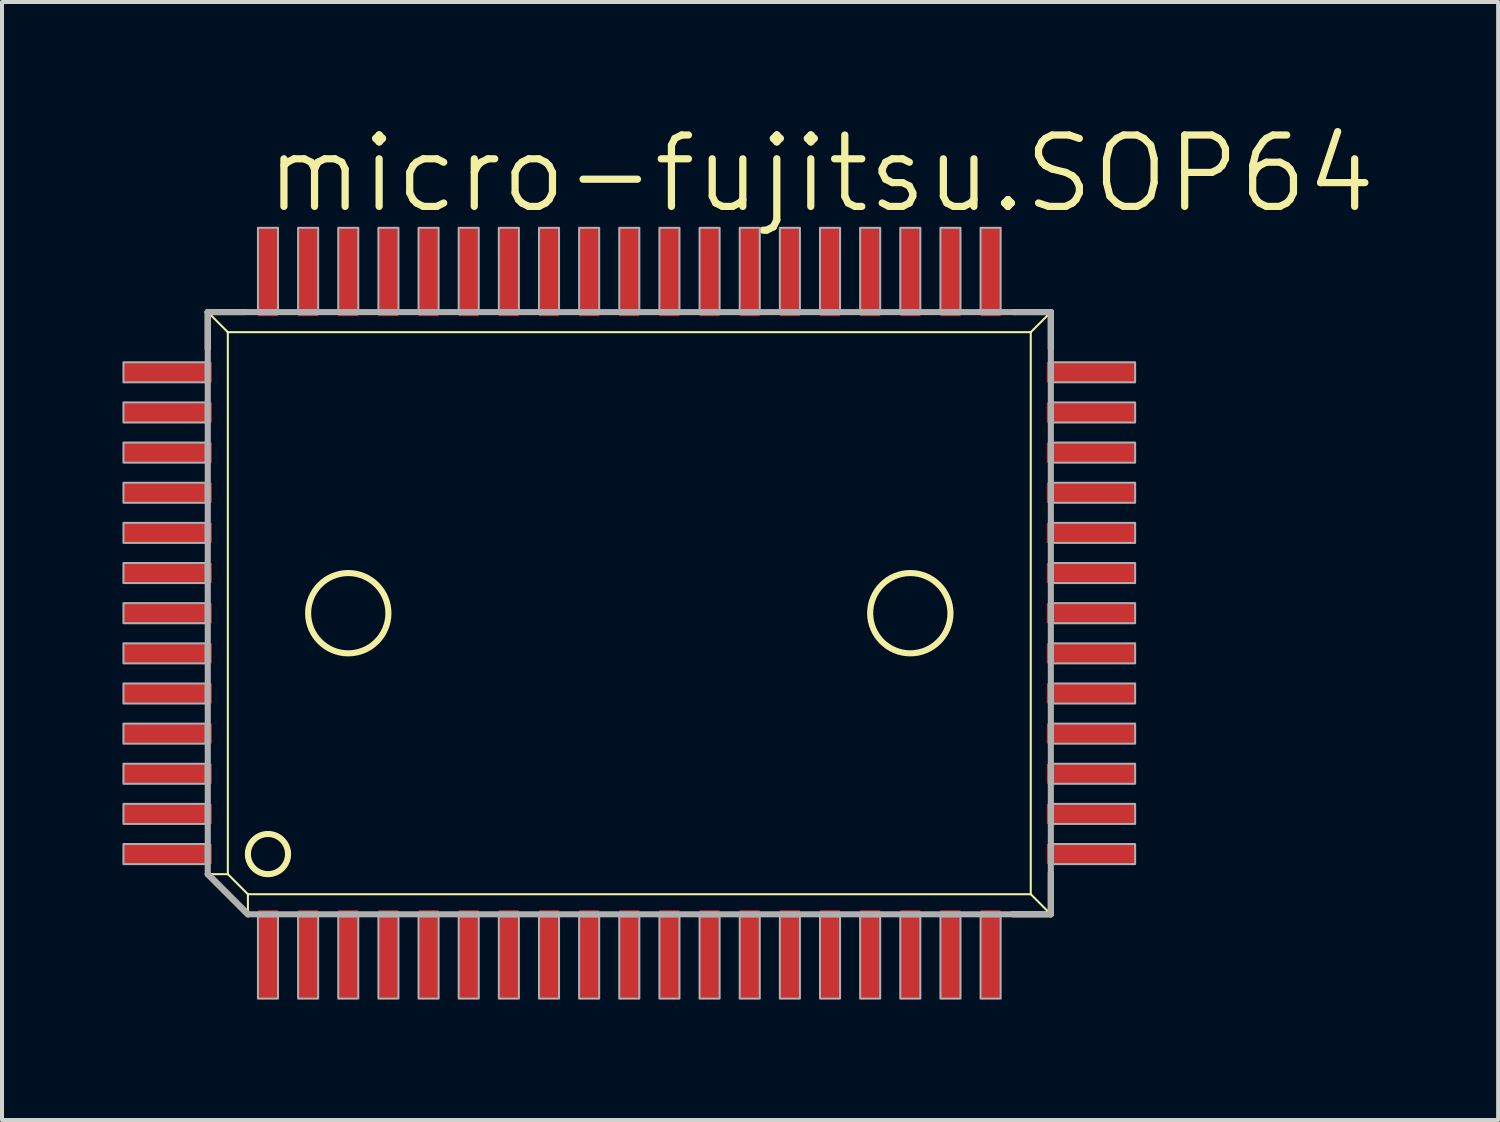
<source format=kicad_pcb>
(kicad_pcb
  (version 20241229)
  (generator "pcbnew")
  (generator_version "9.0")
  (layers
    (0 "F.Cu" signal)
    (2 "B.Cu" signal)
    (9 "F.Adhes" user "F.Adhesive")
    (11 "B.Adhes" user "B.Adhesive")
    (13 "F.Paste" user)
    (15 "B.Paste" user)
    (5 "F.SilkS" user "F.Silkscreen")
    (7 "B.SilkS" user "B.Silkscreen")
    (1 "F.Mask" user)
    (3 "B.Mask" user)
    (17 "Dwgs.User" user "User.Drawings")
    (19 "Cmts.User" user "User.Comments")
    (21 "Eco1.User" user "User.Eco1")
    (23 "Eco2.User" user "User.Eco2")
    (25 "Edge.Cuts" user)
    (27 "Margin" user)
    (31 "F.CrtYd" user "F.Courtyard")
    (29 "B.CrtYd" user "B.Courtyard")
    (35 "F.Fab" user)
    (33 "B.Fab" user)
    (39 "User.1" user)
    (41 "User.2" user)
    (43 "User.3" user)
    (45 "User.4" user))
  (footprint "micro-fujitsu.SOP64"
    (layer "F.Cu")
    (at 12.625 12.224)
    (property "Reference" "micro-fujitsu.SOP64" (at -9.144 -9.906 0) (layer "F.SilkS") (effects (font (size 1.778 1.778) (thickness 0.18)) (justify left bottom)))
    (attr smd)
    (fp_line (start -10.5 -7.5) (end -10 -7) (stroke (width 0.051) (type default)) (layer "F.SilkS"))
    (fp_line (start -10.5 -7.5) (end -9.566 -7.5) (stroke (width 0.152) (type default)) (layer "F.SilkS"))
    (fp_line (start -10.5 -6.581) (end -10.5 -7.5) (stroke (width 0.152) (type default)) (layer "F.SilkS"))
    (fp_line (start -10.5 6.5) (end -10 6.5) (stroke (width 0.051) (type default)) (layer "F.SilkS"))
    (fp_line (start -10 -7) (end 10 -7) (stroke (width 0.051) (type default)) (layer "F.SilkS"))
    (fp_line (start -10 6.5) (end -10 -7) (stroke (width 0.051) (type default)) (layer "F.SilkS"))
    (fp_line (start -9.5 7) (end -10 6.5) (stroke (width 0.051) (type default)) (layer "F.SilkS"))
    (fp_line (start -9.5 7.5) (end -10.5 6.5) (stroke (width 0.152) (type default)) (layer "F.SilkS"))
    (fp_line (start -9.5 7.5) (end -9.5 7) (stroke (width 0.051) (type default)) (layer "F.SilkS"))
    (fp_line (start 9.566 -7.5) (end 10.5 -7.5) (stroke (width 0.152) (type default)) (layer "F.SilkS"))
    (fp_line (start 10 -7) (end 10 7) (stroke (width 0.051) (type default)) (layer "F.SilkS"))
    (fp_line (start 10 7) (end -9.5 7) (stroke (width 0.051) (type default)) (layer "F.SilkS"))
    (fp_line (start 10.5 -7.5) (end 10 -7) (stroke (width 0.051) (type default)) (layer "F.SilkS"))
    (fp_line (start 10.5 -7.5) (end 10.5 -6.597) (stroke (width 0.152) (type default)) (layer "F.SilkS"))
    (fp_line (start 10.5 6.47) (end 10.5 7.5) (stroke (width 0.152) (type default)) (layer "F.SilkS"))
    (fp_line (start 10.5 7.5) (end 9.55 7.5) (stroke (width 0.152) (type default)) (layer "F.SilkS"))
    (fp_line (start 10.5 7.5) (end 10 7) (stroke (width 0.051) (type default)) (layer "F.SilkS"))
    (fp_circle (center -9 6) (end -8.5 6) (stroke (width 0.152) (type default)) (fill no) (layer "F.SilkS"))
    (fp_circle (center -7 0) (end -6 0) (stroke (width 0.152) (type default)) (fill no) (layer "F.SilkS"))
    (fp_circle (center 7 0) (end 8 0) (stroke (width 0.152) (type default)) (fill no) (layer "F.SilkS"))
    (fp_line (start -10.5 -7.5) (end 10.5 -7.5) (stroke (width 0.152) (type default)) (layer "F.Fab"))
    (fp_line (start -10.5 6.5) (end -10.5 -7.5) (stroke (width 0.152) (type default)) (layer "F.Fab"))
    (fp_line (start -9.5 7.5) (end -10.5 6.5) (stroke (width 0.152) (type default)) (layer "F.Fab"))
    (fp_line (start 10.5 -7.5) (end 10.5 7.5) (stroke (width 0.152) (type default)) (layer "F.Fab"))
    (fp_line (start 10.5 7.5) (end -9.5 7.5) (stroke (width 0.152) (type default)) (layer "F.Fab"))
    (fp_rect (start -12.6 -5.75) (end -10.55 -6.25) (stroke (width 0.05) (type default)) (fill no) (layer "F.Fab"))
    (fp_rect (start -12.6 -4.75) (end -10.55 -5.25) (stroke (width 0.05) (type default)) (fill no) (layer "F.Fab"))
    (fp_rect (start -12.6 -3.75) (end -10.55 -4.25) (stroke (width 0.05) (type default)) (fill no) (layer "F.Fab"))
    (fp_rect (start -12.6 -2.75) (end -10.55 -3.25) (stroke (width 0.05) (type default)) (fill no) (layer "F.Fab"))
    (fp_rect (start -12.6 -1.75) (end -10.55 -2.25) (stroke (width 0.05) (type default)) (fill no) (layer "F.Fab"))
    (fp_rect (start -12.6 -0.75) (end -10.55 -1.25) (stroke (width 0.05) (type default)) (fill no) (layer "F.Fab"))
    (fp_rect (start -12.6 0.25) (end -10.55 -0.25) (stroke (width 0.05) (type default)) (fill no) (layer "F.Fab"))
    (fp_rect (start -12.6 1.25) (end -10.55 0.75) (stroke (width 0.05) (type default)) (fill no) (layer "F.Fab"))
    (fp_rect (start -12.6 2.25) (end -10.55 1.75) (stroke (width 0.05) (type default)) (fill no) (layer "F.Fab"))
    (fp_rect (start -12.6 3.25) (end -10.55 2.75) (stroke (width 0.05) (type default)) (fill no) (layer "F.Fab"))
    (fp_rect (start -12.6 4.25) (end -10.55 3.75) (stroke (width 0.05) (type default)) (fill no) (layer "F.Fab"))
    (fp_rect (start -12.6 5.25) (end -10.55 4.75) (stroke (width 0.05) (type default)) (fill no) (layer "F.Fab"))
    (fp_rect (start -12.6 6.25) (end -10.55 5.75) (stroke (width 0.05) (type default)) (fill no) (layer "F.Fab"))
    (fp_rect (start -9.25 -7.55) (end -8.75 -9.6) (stroke (width 0.05) (type default)) (fill no) (layer "F.Fab"))
    (fp_rect (start -9.25 9.6) (end -8.75 7.55) (stroke (width 0.05) (type default)) (fill no) (layer "F.Fab"))
    (fp_rect (start -8.25 -7.55) (end -7.75 -9.6) (stroke (width 0.05) (type default)) (fill no) (layer "F.Fab"))
    (fp_rect (start -8.25 9.6) (end -7.75 7.55) (stroke (width 0.05) (type default)) (fill no) (layer "F.Fab"))
    (fp_rect (start -7.25 -7.55) (end -6.75 -9.6) (stroke (width 0.05) (type default)) (fill no) (layer "F.Fab"))
    (fp_rect (start -7.25 9.6) (end -6.75 7.55) (stroke (width 0.05) (type default)) (fill no) (layer "F.Fab"))
    (fp_rect (start -6.25 -7.55) (end -5.75 -9.6) (stroke (width 0.05) (type default)) (fill no) (layer "F.Fab"))
    (fp_rect (start -6.25 9.6) (end -5.75 7.55) (stroke (width 0.05) (type default)) (fill no) (layer "F.Fab"))
    (fp_rect (start -5.25 -7.55) (end -4.75 -9.6) (stroke (width 0.05) (type default)) (fill no) (layer "F.Fab"))
    (fp_rect (start -5.25 9.6) (end -4.75 7.55) (stroke (width 0.05) (type default)) (fill no) (layer "F.Fab"))
    (fp_rect (start -4.25 -7.55) (end -3.75 -9.6) (stroke (width 0.05) (type default)) (fill no) (layer "F.Fab"))
    (fp_rect (start -4.25 9.6) (end -3.75 7.55) (stroke (width 0.05) (type default)) (fill no) (layer "F.Fab"))
    (fp_rect (start -3.25 -7.55) (end -2.75 -9.6) (stroke (width 0.05) (type default)) (fill no) (layer "F.Fab"))
    (fp_rect (start -3.25 9.6) (end -2.75 7.55) (stroke (width 0.05) (type default)) (fill no) (layer "F.Fab"))
    (fp_rect (start -2.25 -7.55) (end -1.75 -9.6) (stroke (width 0.05) (type default)) (fill no) (layer "F.Fab"))
    (fp_rect (start -2.25 9.6) (end -1.75 7.55) (stroke (width 0.05) (type default)) (fill no) (layer "F.Fab"))
    (fp_rect (start -1.25 -7.55) (end -0.75 -9.6) (stroke (width 0.05) (type default)) (fill no) (layer "F.Fab"))
    (fp_rect (start -1.25 9.6) (end -0.75 7.55) (stroke (width 0.05) (type default)) (fill no) (layer "F.Fab"))
    (fp_rect (start -0.25 -7.55) (end 0.25 -9.6) (stroke (width 0.05) (type default)) (fill no) (layer "F.Fab"))
    (fp_rect (start -0.25 9.6) (end 0.25 7.55) (stroke (width 0.05) (type default)) (fill no) (layer "F.Fab"))
    (fp_rect (start 0.75 -7.55) (end 1.25 -9.6) (stroke (width 0.05) (type default)) (fill no) (layer "F.Fab"))
    (fp_rect (start 0.75 9.6) (end 1.25 7.55) (stroke (width 0.05) (type default)) (fill no) (layer "F.Fab"))
    (fp_rect (start 1.75 -7.55) (end 2.25 -9.6) (stroke (width 0.05) (type default)) (fill no) (layer "F.Fab"))
    (fp_rect (start 1.75 9.6) (end 2.25 7.55) (stroke (width 0.05) (type default)) (fill no) (layer "F.Fab"))
    (fp_rect (start 2.75 -7.55) (end 3.25 -9.6) (stroke (width 0.05) (type default)) (fill no) (layer "F.Fab"))
    (fp_rect (start 2.75 9.6) (end 3.25 7.55) (stroke (width 0.05) (type default)) (fill no) (layer "F.Fab"))
    (fp_rect (start 3.75 -7.55) (end 4.25 -9.6) (stroke (width 0.05) (type default)) (fill no) (layer "F.Fab"))
    (fp_rect (start 3.75 9.6) (end 4.25 7.55) (stroke (width 0.05) (type default)) (fill no) (layer "F.Fab"))
    (fp_rect (start 4.75 -7.55) (end 5.25 -9.6) (stroke (width 0.05) (type default)) (fill no) (layer "F.Fab"))
    (fp_rect (start 4.75 9.6) (end 5.25 7.55) (stroke (width 0.05) (type default)) (fill no) (layer "F.Fab"))
    (fp_rect (start 5.75 -7.55) (end 6.25 -9.6) (stroke (width 0.05) (type default)) (fill no) (layer "F.Fab"))
    (fp_rect (start 5.75 9.6) (end 6.25 7.55) (stroke (width 0.05) (type default)) (fill no) (layer "F.Fab"))
    (fp_rect (start 6.75 -7.55) (end 7.25 -9.6) (stroke (width 0.05) (type default)) (fill no) (layer "F.Fab"))
    (fp_rect (start 6.75 9.6) (end 7.25 7.55) (stroke (width 0.05) (type default)) (fill no) (layer "F.Fab"))
    (fp_rect (start 7.75 -7.55) (end 8.25 -9.6) (stroke (width 0.05) (type default)) (fill no) (layer "F.Fab"))
    (fp_rect (start 7.75 9.6) (end 8.25 7.55) (stroke (width 0.05) (type default)) (fill no) (layer "F.Fab"))
    (fp_rect (start 8.75 -7.55) (end 9.25 -9.6) (stroke (width 0.05) (type default)) (fill no) (layer "F.Fab"))
    (fp_rect (start 8.75 9.6) (end 9.25 7.55) (stroke (width 0.05) (type default)) (fill no) (layer "F.Fab"))
    (fp_rect (start 10.55 -5.75) (end 12.6 -6.25) (stroke (width 0.05) (type default)) (fill no) (layer "F.Fab"))
    (fp_rect (start 10.55 -4.75) (end 12.6 -5.25) (stroke (width 0.05) (type default)) (fill no) (layer "F.Fab"))
    (fp_rect (start 10.55 -3.75) (end 12.6 -4.25) (stroke (width 0.05) (type default)) (fill no) (layer "F.Fab"))
    (fp_rect (start 10.55 -2.75) (end 12.6 -3.25) (stroke (width 0.05) (type default)) (fill no) (layer "F.Fab"))
    (fp_rect (start 10.55 -1.75) (end 12.6 -2.25) (stroke (width 0.05) (type default)) (fill no) (layer "F.Fab"))
    (fp_rect (start 10.55 -0.75) (end 12.6 -1.25) (stroke (width 0.05) (type default)) (fill no) (layer "F.Fab"))
    (fp_rect (start 10.55 0.25) (end 12.6 -0.25) (stroke (width 0.05) (type default)) (fill no) (layer "F.Fab"))
    (fp_rect (start 10.55 1.25) (end 12.6 0.75) (stroke (width 0.05) (type default)) (fill no) (layer "F.Fab"))
    (fp_rect (start 10.55 2.25) (end 12.6 1.75) (stroke (width 0.05) (type default)) (fill no) (layer "F.Fab"))
    (fp_rect (start 10.55 3.25) (end 12.6 2.75) (stroke (width 0.05) (type default)) (fill no) (layer "F.Fab"))
    (fp_rect (start 10.55 4.25) (end 12.6 3.75) (stroke (width 0.05) (type default)) (fill no) (layer "F.Fab"))
    (fp_rect (start 10.55 5.25) (end 12.6 4.75) (stroke (width 0.05) (type default)) (fill no) (layer "F.Fab"))
    (fp_rect (start 10.55 6.25) (end 12.6 5.75) (stroke (width 0.05) (type default)) (fill no) (layer "F.Fab"))
    (pad "1" smd roundrect (at -9 8.5) (size 0.5 2.2) (layers "F.Cu" "F.Mask" "F.Paste") (roundrect_rratio 0.01))
    (pad "2" smd roundrect (at -8 8.5) (size 0.5 2.2) (layers "F.Cu" "F.Mask" "F.Paste") (roundrect_rratio 0.01))
    (pad "3" smd roundrect (at -7 8.5) (size 0.5 2.2) (layers "F.Cu" "F.Mask" "F.Paste") (roundrect_rratio 0.01))
    (pad "4" smd roundrect (at -6 8.5) (size 0.5 2.2) (layers "F.Cu" "F.Mask" "F.Paste") (roundrect_rratio 0.01))
    (pad "5" smd roundrect (at -5 8.5) (size 0.5 2.2) (layers "F.Cu" "F.Mask" "F.Paste") (roundrect_rratio 0.01))
    (pad "6" smd roundrect (at -4 8.5) (size 0.5 2.2) (layers "F.Cu" "F.Mask" "F.Paste") (roundrect_rratio 0.01))
    (pad "7" smd roundrect (at -3 8.5) (size 0.5 2.2) (layers "F.Cu" "F.Mask" "F.Paste") (roundrect_rratio 0.01))
    (pad "8" smd roundrect (at -2 8.5) (size 0.5 2.2) (layers "F.Cu" "F.Mask" "F.Paste") (roundrect_rratio 0.01))
    (pad "9" smd roundrect (at -1 8.5) (size 0.5 2.2) (layers "F.Cu" "F.Mask" "F.Paste") (roundrect_rratio 0.01))
    (pad "10" smd roundrect (at 0 8.5) (size 0.5 2.2) (layers "F.Cu" "F.Mask" "F.Paste") (roundrect_rratio 0.01))
    (pad "11" smd roundrect (at 1 8.5) (size 0.5 2.2) (layers "F.Cu" "F.Mask" "F.Paste") (roundrect_rratio 0.01))
    (pad "12" smd roundrect (at 2 8.5) (size 0.5 2.2) (layers "F.Cu" "F.Mask" "F.Paste") (roundrect_rratio 0.01))
    (pad "13" smd roundrect (at 3 8.5) (size 0.5 2.2) (layers "F.Cu" "F.Mask" "F.Paste") (roundrect_rratio 0.01))
    (pad "14" smd roundrect (at 4 8.5) (size 0.5 2.2) (layers "F.Cu" "F.Mask" "F.Paste") (roundrect_rratio 0.01))
    (pad "15" smd roundrect (at 5 8.5) (size 0.5 2.2) (layers "F.Cu" "F.Mask" "F.Paste") (roundrect_rratio 0.01))
    (pad "16" smd roundrect (at 6 8.5) (size 0.5 2.2) (layers "F.Cu" "F.Mask" "F.Paste") (roundrect_rratio 0.01))
    (pad "17" smd roundrect (at 7 8.5) (size 0.5 2.2) (layers "F.Cu" "F.Mask" "F.Paste") (roundrect_rratio 0.01))
    (pad "18" smd roundrect (at 8 8.5) (size 0.5 2.2) (layers "F.Cu" "F.Mask" "F.Paste") (roundrect_rratio 0.01))
    (pad "19" smd roundrect (at 9 8.5) (size 0.5 2.2) (layers "F.Cu" "F.Mask" "F.Paste") (roundrect_rratio 0.01))
    (pad "20" smd roundrect (at 11.5 6) (size 2.2 0.5) (layers "F.Cu" "F.Mask" "F.Paste") (roundrect_rratio 0.01))
    (pad "21" smd roundrect (at 11.5 5) (size 2.2 0.5) (layers "F.Cu" "F.Mask" "F.Paste") (roundrect_rratio 0.01))
    (pad "22" smd roundrect (at 11.5 4) (size 2.2 0.5) (layers "F.Cu" "F.Mask" "F.Paste") (roundrect_rratio 0.01))
    (pad "23" smd roundrect (at 11.5 3) (size 2.2 0.5) (layers "F.Cu" "F.Mask" "F.Paste") (roundrect_rratio 0.01))
    (pad "24" smd roundrect (at 11.5 2) (size 2.2 0.5) (layers "F.Cu" "F.Mask" "F.Paste") (roundrect_rratio 0.01))
    (pad "25" smd roundrect (at 11.5 1) (size 2.2 0.5) (layers "F.Cu" "F.Mask" "F.Paste") (roundrect_rratio 0.01))
    (pad "26" smd roundrect (at 11.5 0) (size 2.2 0.5) (layers "F.Cu" "F.Mask" "F.Paste") (roundrect_rratio 0.01))
    (pad "27" smd roundrect (at 11.5 -1) (size 2.2 0.5) (layers "F.Cu" "F.Mask" "F.Paste") (roundrect_rratio 0.01))
    (pad "28" smd roundrect (at 11.5 -2) (size 2.2 0.5) (layers "F.Cu" "F.Mask" "F.Paste") (roundrect_rratio 0.01))
    (pad "29" smd roundrect (at 11.5 -3) (size 2.2 0.5) (layers "F.Cu" "F.Mask" "F.Paste") (roundrect_rratio 0.01))
    (pad "30" smd roundrect (at 11.5 -4) (size 2.2 0.5) (layers "F.Cu" "F.Mask" "F.Paste") (roundrect_rratio 0.01))
    (pad "31" smd roundrect (at 11.5 -5) (size 2.2 0.5) (layers "F.Cu" "F.Mask" "F.Paste") (roundrect_rratio 0.01))
    (pad "32" smd roundrect (at 11.5 -6) (size 2.2 0.5) (layers "F.Cu" "F.Mask" "F.Paste") (roundrect_rratio 0.01))
    (pad "33" smd roundrect (at 9 -8.5) (size 0.5 2.2) (layers "F.Cu" "F.Mask" "F.Paste") (roundrect_rratio 0.01))
    (pad "34" smd roundrect (at 8 -8.5) (size 0.5 2.2) (layers "F.Cu" "F.Mask" "F.Paste") (roundrect_rratio 0.01))
    (pad "35" smd roundrect (at 7 -8.5) (size 0.5 2.2) (layers "F.Cu" "F.Mask" "F.Paste") (roundrect_rratio 0.01))
    (pad "36" smd roundrect (at 6 -8.5) (size 0.5 2.2) (layers "F.Cu" "F.Mask" "F.Paste") (roundrect_rratio 0.01))
    (pad "37" smd roundrect (at 5 -8.5) (size 0.5 2.2) (layers "F.Cu" "F.Mask" "F.Paste") (roundrect_rratio 0.01))
    (pad "38" smd roundrect (at 4 -8.5) (size 0.5 2.2) (layers "F.Cu" "F.Mask" "F.Paste") (roundrect_rratio 0.01))
    (pad "39" smd roundrect (at 3 -8.5) (size 0.5 2.2) (layers "F.Cu" "F.Mask" "F.Paste") (roundrect_rratio 0.01))
    (pad "40" smd roundrect (at 2 -8.5) (size 0.5 2.2) (layers "F.Cu" "F.Mask" "F.Paste") (roundrect_rratio 0.01))
    (pad "41" smd roundrect (at 1 -8.5) (size 0.5 2.2) (layers "F.Cu" "F.Mask" "F.Paste") (roundrect_rratio 0.01))
    (pad "42" smd roundrect (at 0 -8.5) (size 0.5 2.2) (layers "F.Cu" "F.Mask" "F.Paste") (roundrect_rratio 0.01))
    (pad "43" smd roundrect (at -1 -8.5) (size 0.5 2.2) (layers "F.Cu" "F.Mask" "F.Paste") (roundrect_rratio 0.01))
    (pad "44" smd roundrect (at -2 -8.5) (size 0.5 2.2) (layers "F.Cu" "F.Mask" "F.Paste") (roundrect_rratio 0.01))
    (pad "45" smd roundrect (at -3 -8.5) (size 0.5 2.2) (layers "F.Cu" "F.Mask" "F.Paste") (roundrect_rratio 0.01))
    (pad "46" smd roundrect (at -4 -8.5) (size 0.5 2.2) (layers "F.Cu" "F.Mask" "F.Paste") (roundrect_rratio 0.01))
    (pad "47" smd roundrect (at -5 -8.5) (size 0.5 2.2) (layers "F.Cu" "F.Mask" "F.Paste") (roundrect_rratio 0.01))
    (pad "48" smd roundrect (at -6 -8.5) (size 0.5 2.2) (layers "F.Cu" "F.Mask" "F.Paste") (roundrect_rratio 0.01))
    (pad "49" smd roundrect (at -7 -8.5) (size 0.5 2.2) (layers "F.Cu" "F.Mask" "F.Paste") (roundrect_rratio 0.01))
    (pad "50" smd roundrect (at -8 -8.5) (size 0.5 2.2) (layers "F.Cu" "F.Mask" "F.Paste") (roundrect_rratio 0.01))
    (pad "51" smd roundrect (at -9 -8.5) (size 0.5 2.2) (layers "F.Cu" "F.Mask" "F.Paste") (roundrect_rratio 0.01))
    (pad "52" smd roundrect (at -11.5 -6) (size 2.2 0.5) (layers "F.Cu" "F.Mask" "F.Paste") (roundrect_rratio 0.01))
    (pad "53" smd roundrect (at -11.5 -5) (size 2.2 0.5) (layers "F.Cu" "F.Mask" "F.Paste") (roundrect_rratio 0.01))
    (pad "54" smd roundrect (at -11.5 -4) (size 2.2 0.5) (layers "F.Cu" "F.Mask" "F.Paste") (roundrect_rratio 0.01))
    (pad "55" smd roundrect (at -11.5 -3) (size 2.2 0.5) (layers "F.Cu" "F.Mask" "F.Paste") (roundrect_rratio 0.01))
    (pad "56" smd roundrect (at -11.5 -2) (size 2.2 0.5) (layers "F.Cu" "F.Mask" "F.Paste") (roundrect_rratio 0.01))
    (pad "57" smd roundrect (at -11.5 -1) (size 2.2 0.5) (layers "F.Cu" "F.Mask" "F.Paste") (roundrect_rratio 0.01))
    (pad "58" smd roundrect (at -11.5 0) (size 2.2 0.5) (layers "F.Cu" "F.Mask" "F.Paste") (roundrect_rratio 0.01))
    (pad "59" smd roundrect (at -11.5 1) (size 2.2 0.5) (layers "F.Cu" "F.Mask" "F.Paste") (roundrect_rratio 0.01))
    (pad "60" smd roundrect (at -11.5 2) (size 2.2 0.5) (layers "F.Cu" "F.Mask" "F.Paste") (roundrect_rratio 0.01))
    (pad "61" smd roundrect (at -11.5 3) (size 2.2 0.5) (layers "F.Cu" "F.Mask" "F.Paste") (roundrect_rratio 0.01))
    (pad "62" smd roundrect (at -11.5 4) (size 2.2 0.5) (layers "F.Cu" "F.Mask" "F.Paste") (roundrect_rratio 0.01))
    (pad "63" smd roundrect (at -11.5 5) (size 2.2 0.5) (layers "F.Cu" "F.Mask" "F.Paste") (roundrect_rratio 0.01))
    (pad "64" smd roundrect (at -11.5 6) (size 2.2 0.5) (layers "F.Cu" "F.Mask" "F.Paste") (roundrect_rratio 0.01)))
  (gr_rect
    (start -3 -3)
    (end 34.267 24.849)
    (stroke (width 0.1) (type default))
    (fill no)
    (layer "Edge.Cuts")))
</source>
